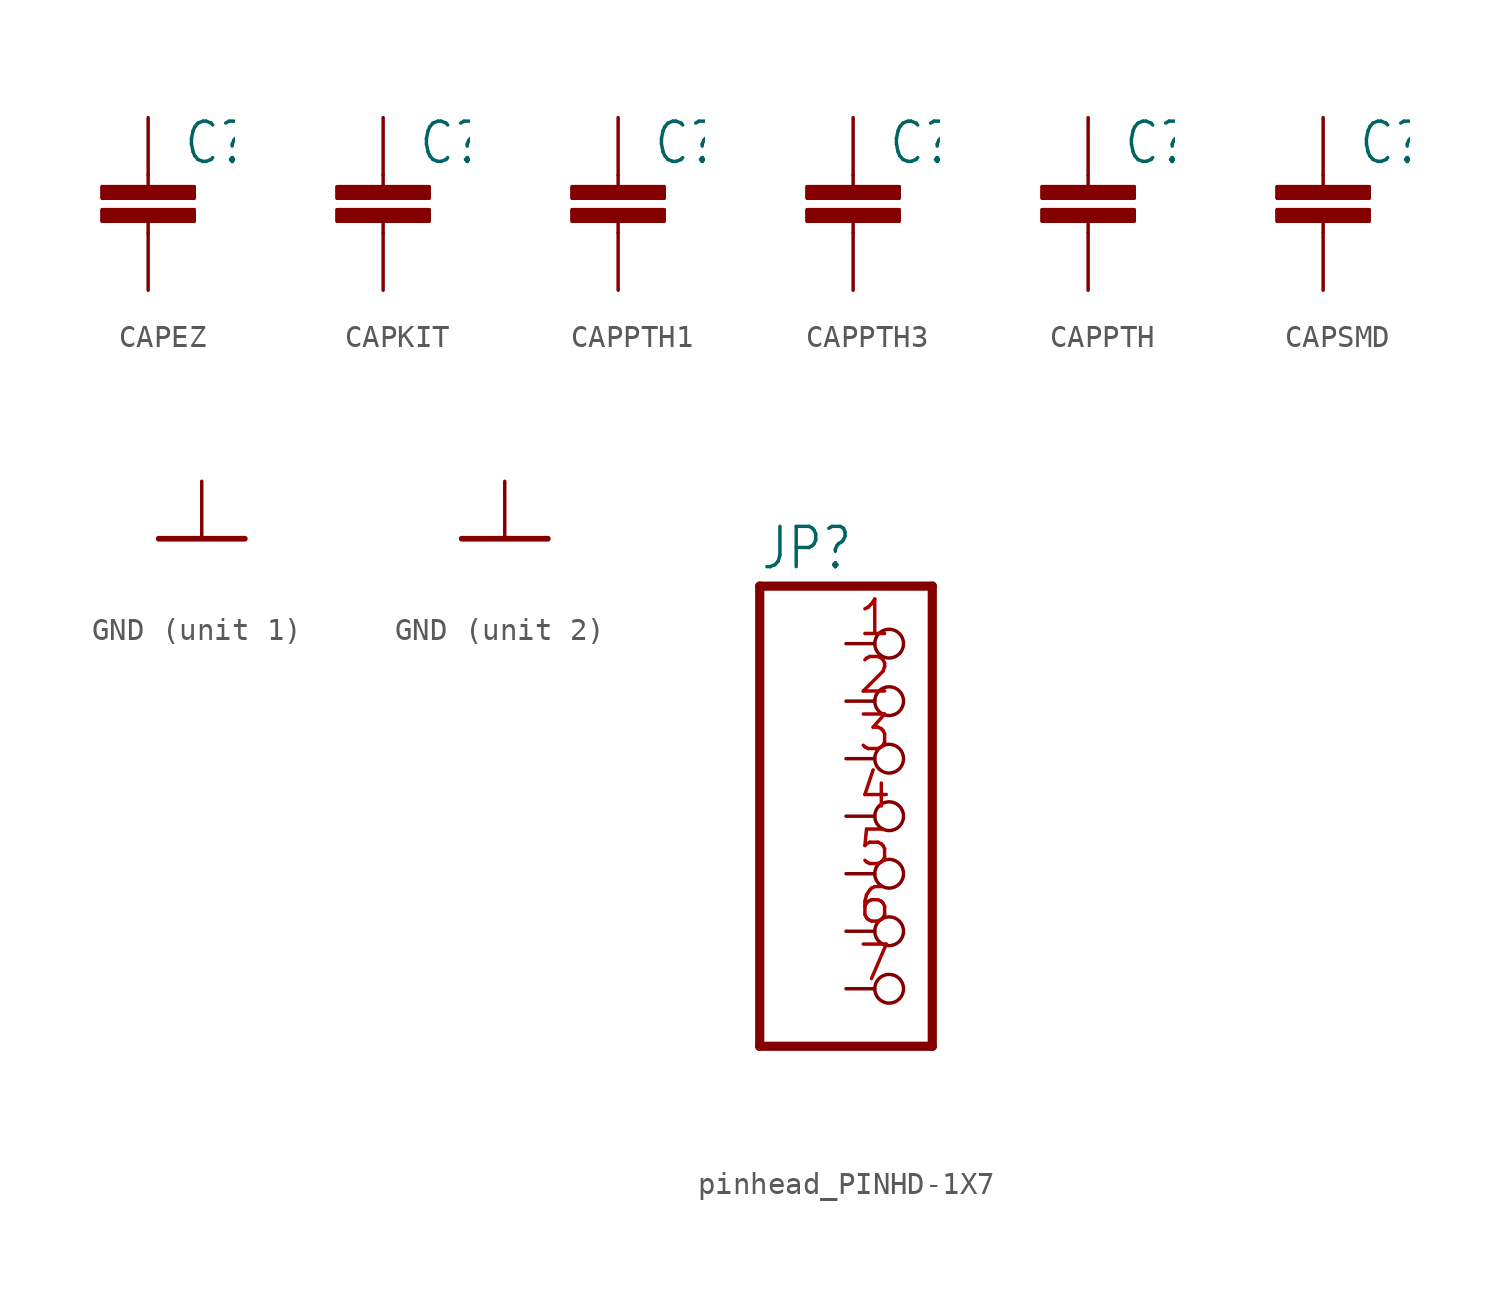
<source format=kicad_sym>
(kicad_symbol_lib
  (version 20241209)
  (generator "kicad_symbol_editor")
  (generator_version "9.0")
  (symbol "CAPEZ"
    (property "Reference" "C"
      (at 1.524 2.921 0)
      (effects (font (size 1.778 1.511)) (justify left bottom)))
    (property "Value" ""
      (at 1.524 -2.159 0)
      (effects (font (size 1.778 1.511)) (justify left bottom)))
    (property "ki_locked" ""
      (at 0 0 0)
      (effects (font (size 1.27 1.27))))
    (symbol "CAPEZ_1_0"
      (rectangle (start -2.032 1.524) (end 2.032 2.032) (stroke (width 0) (type default)) (fill (type outline)))
      (rectangle (start -2.032 1.524) (end 2.032 2.032) (stroke (width 0) (type default)) (fill (type outline)))
      (rectangle (start -2.032 0.508) (end 2.032 1.016) (stroke (width 0) (type default)) (fill (type outline)))
      (rectangle (start -2.032 0.508) (end 2.032 1.016) (stroke (width 0) (type default)) (fill (type outline)))
      (polyline (pts (xy 0 2.54) (xy 0 2.032)) (stroke (width 0.152) (type solid)) (fill (type none)))
      (polyline (pts (xy 0 0) (xy 0 0.508)) (stroke (width 0.152) (type solid)) (fill (type none)))
      (pin passive line (at 0 5.08 270) (length 2.54) (name "1" (effects (font (size 0 0)))) (number "1" (effects (font (size 0 0)))))
      (pin passive line (at 0 -2.54 90) (length 2.54) (name "2" (effects (font (size 0 0)))) (number "2" (effects (font (size 0 0)))))))
  (symbol "CAPKIT"
    (property "Reference" "C"
      (at 1.524 2.921 0)
      (effects (font (size 1.778 1.511)) (justify left bottom)))
    (property "Value" ""
      (at 1.524 -2.159 0)
      (effects (font (size 1.778 1.511)) (justify left bottom)))
    (property "ki_locked" ""
      (at 0 0 0)
      (effects (font (size 1.27 1.27))))
    (symbol "CAPKIT_1_0"
      (rectangle (start -2.032 1.524) (end 2.032 2.032) (stroke (width 0) (type default)) (fill (type outline)))
      (rectangle (start -2.032 1.524) (end 2.032 2.032) (stroke (width 0) (type default)) (fill (type outline)))
      (rectangle (start -2.032 0.508) (end 2.032 1.016) (stroke (width 0) (type default)) (fill (type outline)))
      (rectangle (start -2.032 0.508) (end 2.032 1.016) (stroke (width 0) (type default)) (fill (type outline)))
      (polyline (pts (xy 0 2.54) (xy 0 2.032)) (stroke (width 0.152) (type solid)) (fill (type none)))
      (polyline (pts (xy 0 0) (xy 0 0.508)) (stroke (width 0.152) (type solid)) (fill (type none)))
      (pin passive line (at 0 5.08 270) (length 2.54) (name "1" (effects (font (size 0 0)))) (number "1" (effects (font (size 0 0)))))
      (pin passive line (at 0 -2.54 90) (length 2.54) (name "2" (effects (font (size 0 0)))) (number "2" (effects (font (size 0 0)))))))
  (symbol "CAPPTH1"
    (property "Reference" "C"
      (at 1.524 2.921 0)
      (effects (font (size 1.778 1.511)) (justify left bottom)))
    (property "Value" ""
      (at 1.524 -2.159 0)
      (effects (font (size 1.778 1.511)) (justify left bottom)))
    (property "ki_locked" ""
      (at 0 0 0)
      (effects (font (size 1.27 1.27))))
    (symbol "CAPPTH1_1_0"
      (rectangle (start -2.032 1.524) (end 2.032 2.032) (stroke (width 0) (type default)) (fill (type outline)))
      (rectangle (start -2.032 1.524) (end 2.032 2.032) (stroke (width 0) (type default)) (fill (type outline)))
      (rectangle (start -2.032 0.508) (end 2.032 1.016) (stroke (width 0) (type default)) (fill (type outline)))
      (rectangle (start -2.032 0.508) (end 2.032 1.016) (stroke (width 0) (type default)) (fill (type outline)))
      (polyline (pts (xy 0 2.54) (xy 0 2.032)) (stroke (width 0.152) (type solid)) (fill (type none)))
      (polyline (pts (xy 0 0) (xy 0 0.508)) (stroke (width 0.152) (type solid)) (fill (type none)))
      (pin passive line (at 0 5.08 270) (length 2.54) (name "1" (effects (font (size 0 0)))) (number "1" (effects (font (size 0 0)))))
      (pin passive line (at 0 -2.54 90) (length 2.54) (name "2" (effects (font (size 0 0)))) (number "2" (effects (font (size 0 0)))))))
  (symbol "CAPPTH3"
    (property "Reference" "C"
      (at 1.524 2.921 0)
      (effects (font (size 1.778 1.511)) (justify left bottom)))
    (property "Value" ""
      (at 1.524 -2.159 0)
      (effects (font (size 1.778 1.511)) (justify left bottom)))
    (property "ki_locked" ""
      (at 0 0 0)
      (effects (font (size 1.27 1.27))))
    (symbol "CAPPTH3_1_0"
      (rectangle (start -2.032 1.524) (end 2.032 2.032) (stroke (width 0) (type default)) (fill (type outline)))
      (rectangle (start -2.032 1.524) (end 2.032 2.032) (stroke (width 0) (type default)) (fill (type outline)))
      (rectangle (start -2.032 0.508) (end 2.032 1.016) (stroke (width 0) (type default)) (fill (type outline)))
      (rectangle (start -2.032 0.508) (end 2.032 1.016) (stroke (width 0) (type default)) (fill (type outline)))
      (polyline (pts (xy 0 2.54) (xy 0 2.032)) (stroke (width 0.152) (type solid)) (fill (type none)))
      (polyline (pts (xy 0 0) (xy 0 0.508)) (stroke (width 0.152) (type solid)) (fill (type none)))
      (pin passive line (at 0 5.08 270) (length 2.54) (name "1" (effects (font (size 0 0)))) (number "1" (effects (font (size 0 0)))))
      (pin passive line (at 0 -2.54 90) (length 2.54) (name "2" (effects (font (size 0 0)))) (number "2" (effects (font (size 0 0)))))))
  (symbol "CAPPTH"
    (property "Reference" "C"
      (at 1.524 2.921 0)
      (effects (font (size 1.778 1.511)) (justify left bottom)))
    (property "Value" ""
      (at 1.524 -2.159 0)
      (effects (font (size 1.778 1.511)) (justify left bottom)))
    (property "ki_locked" ""
      (at 0 0 0)
      (effects (font (size 1.27 1.27))))
    (symbol "CAPPTH_1_0"
      (rectangle (start -2.032 1.524) (end 2.032 2.032) (stroke (width 0) (type default)) (fill (type outline)))
      (rectangle (start -2.032 1.524) (end 2.032 2.032) (stroke (width 0) (type default)) (fill (type outline)))
      (rectangle (start -2.032 0.508) (end 2.032 1.016) (stroke (width 0) (type default)) (fill (type outline)))
      (rectangle (start -2.032 0.508) (end 2.032 1.016) (stroke (width 0) (type default)) (fill (type outline)))
      (polyline (pts (xy 0 2.54) (xy 0 2.032)) (stroke (width 0.152) (type solid)) (fill (type none)))
      (polyline (pts (xy 0 0) (xy 0 0.508)) (stroke (width 0.152) (type solid)) (fill (type none)))
      (pin passive line (at 0 5.08 270) (length 2.54) (name "1" (effects (font (size 0 0)))) (number "1" (effects (font (size 0 0)))))
      (pin passive line (at 0 -2.54 90) (length 2.54) (name "2" (effects (font (size 0 0)))) (number "2" (effects (font (size 0 0)))))))
  (symbol "CAPSMD"
    (property "Reference" "C"
      (at 1.524 2.921 0)
      (effects (font (size 1.778 1.511)) (justify left bottom)))
    (property "Value" ""
      (at 1.524 -2.159 0)
      (effects (font (size 1.778 1.511)) (justify left bottom)))
    (property "ki_locked" ""
      (at 0 0 0)
      (effects (font (size 1.27 1.27))))
    (symbol "CAPSMD_1_0"
      (rectangle (start -2.032 1.524) (end 2.032 2.032) (stroke (width 0) (type default)) (fill (type outline)))
      (rectangle (start -2.032 1.524) (end 2.032 2.032) (stroke (width 0) (type default)) (fill (type outline)))
      (rectangle (start -2.032 0.508) (end 2.032 1.016) (stroke (width 0) (type default)) (fill (type outline)))
      (rectangle (start -2.032 0.508) (end 2.032 1.016) (stroke (width 0) (type default)) (fill (type outline)))
      (polyline (pts (xy 0 2.54) (xy 0 2.032)) (stroke (width 0.152) (type solid)) (fill (type none)))
      (polyline (pts (xy 0 0) (xy 0 0.508)) (stroke (width 0.152) (type solid)) (fill (type none)))
      (pin passive line (at 0 5.08 270) (length 2.54) (name "1" (effects (font (size 0 0)))) (number "A" (effects (font (size 0 0)))))
      (pin passive line (at 0 -2.54 90) (length 2.54) (name "2" (effects (font (size 0 0)))) (number "C" (effects (font (size 0 0)))))))
  (symbol "GND"
    (property "Reference" "#GND"
      (at 0 0 0)
      (effects (font (size 1.27 1.27)) (hide yes)))
    (property "Value" ""
      (at -2.54 -2.54 0)
      (effects (font (size 1.778 1.511)) (justify left bottom)))
    (property "ki_locked" ""
      (at 0 0 0)
      (effects (font (size 1.27 1.27))))
    (symbol "GND_1_0"
      (polyline (pts (xy -1.905 0) (xy 1.905 0)) (stroke (width 0.254) (type solid)) (fill (type none)))
      (pin power_in line (at 0 2.54 270) (length 2.54) (name "GND" (effects (font (size 0 0)))) (number "1" (effects (font (size 0 0))))))
    (symbol "GND_2_0"
      (polyline (pts (xy -1.905 0) (xy 1.905 0)) (stroke (width 0.254) (type solid)) (fill (type none)))
      (pin power_in line (at 0 2.54 270) (length 2.54) (name "GND" (effects (font (size 0 0)))) (number "1" (effects (font (size 0 0)))))))
  (symbol "pinhead_PINHD-1X7"
    (property "Reference" "JP"
      (at -6.35 10.795 0)
      (effects (font (size 1.778 1.511)) (justify left bottom)))
    (property "Value" ""
      (at -6.35 -12.7 0)
      (effects (font (size 1.778 1.511)) (justify left bottom)))
    (property "ki_locked" ""
      (at 0 0 0)
      (effects (font (size 1.27 1.27))))
    (symbol "pinhead_PINHD-1X7_1_0"
      (polyline (pts (xy -6.35 10.16) (xy -6.35 -10.16)) (stroke (width 0.406) (type solid)) (fill (type none)))
      (polyline (pts (xy -6.35 -10.16) (xy 1.27 -10.16)) (stroke (width 0.406) (type solid)) (fill (type none)))
      (polyline (pts (xy 1.27 10.16) (xy -6.35 10.16)) (stroke (width 0.406) (type solid)) (fill (type none)))
      (polyline (pts (xy 1.27 -10.16) (xy 1.27 10.16)) (stroke (width 0.406) (type solid)) (fill (type none)))
      (pin passive inverted (at -2.54 7.62 0) (length 2.54) (name "1" (effects (font (size 0 0)))) (number "1" (effects (font (size 1.524 1.524)))))
      (pin passive inverted (at -2.54 5.08 0) (length 2.54) (name "2" (effects (font (size 0 0)))) (number "2" (effects (font (size 1.524 1.524)))))
      (pin passive inverted (at -2.54 2.54 0) (length 2.54) (name "3" (effects (font (size 0 0)))) (number "3" (effects (font (size 1.524 1.524)))))
      (pin passive inverted (at -2.54 0 0) (length 2.54) (name "4" (effects (font (size 0 0)))) (number "4" (effects (font (size 1.524 1.524)))))
      (pin passive inverted (at -2.54 -2.54 0) (length 2.54) (name "5" (effects (font (size 0 0)))) (number "5" (effects (font (size 1.524 1.524)))))
      (pin passive inverted (at -2.54 -5.08 0) (length 2.54) (name "6" (effects (font (size 0 0)))) (number "6" (effects (font (size 1.524 1.524)))))
      (pin passive inverted (at -2.54 -7.62 0) (length 2.54) (name "7" (effects (font (size 0 0)))) (number "7" (effects (font (size 1.524 1.524))))))))
</source>
